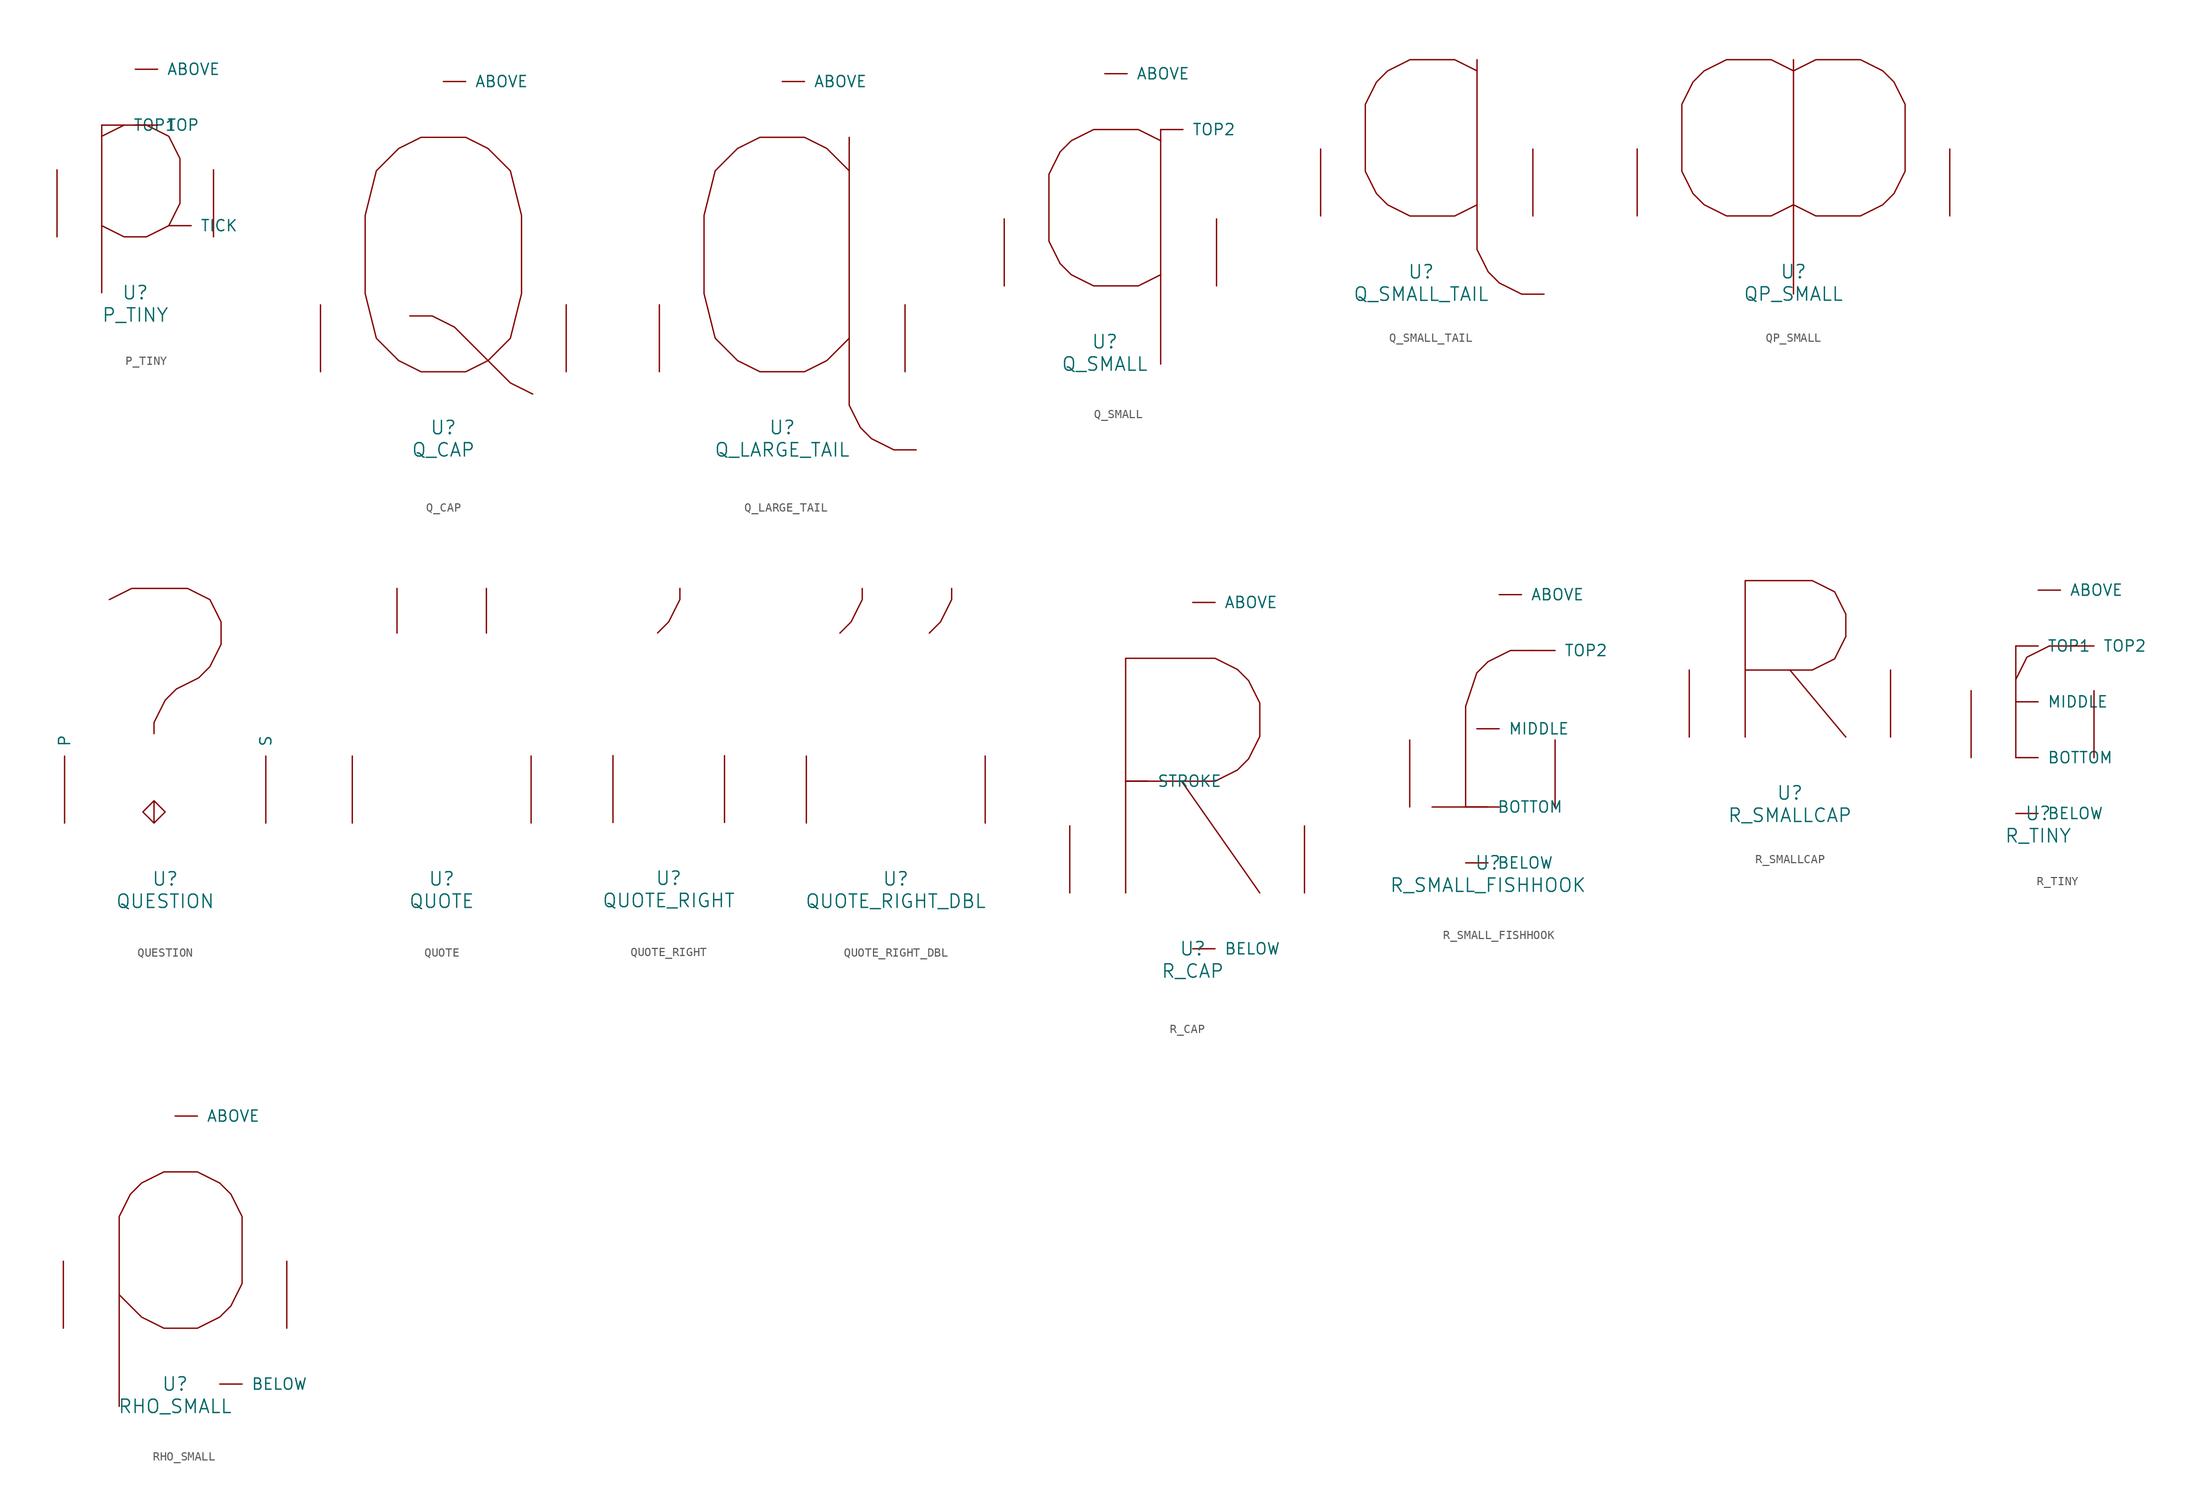
<source format=kicad_sym>
(kicad_symbol_lib
  (version 20220914)
  (generator font_lib2sym)
  (symbol "P_TINY"
    (pin_names
      (offset 1.016))
    (property "Reference" "U"
      (at 0 -6.35 0)
      (effects (font (size 1.524 1.524))))
    (property "Value" "P_TINY"
      (at 0 -8.89 0)
      (effects (font (size 1.524 1.524))))
    (symbol "P_TINY_0_1"
      (polyline (pts (xy -3.81 -6.35) (xy -3.81 12.7)) (stroke (width 0) (type solid)) (fill (type none)))
      (polyline (pts (xy -3.81 11.43) (xy -1.27 12.7) (xy 1.27 12.7) (xy 3.81 11.43) (xy 5.08 8.89) (xy 5.08 3.81) (xy 3.81 1.27) (xy 1.27 0) (xy -1.27 0) (xy -3.81 1.27)) (stroke (width 0) (type solid)) (fill (type none)))
      (pin input line (at 0 19.05 0) (length 2.54) (name "ABOVE" (effects (font (size 1.27 1.27)))) (number "~" (effects (font (size 1.27 1.27)))))
      (pin input line (at 3.81 1.27 0) (length 2.54) (name "TICK" (effects (font (size 1.27 1.27)))) (number "~" (effects (font (size 1.27 1.27)))))
      (pin input line (at 0 12.7 0) (length 2.54) (name "TOP" (effects (font (size 1.27 1.27)))) (number "~" (effects (font (size 1.27 1.27)))))
      (pin input line (at -3.81 12.7 0) (length 2.54) (name "TOP1" (effects (font (size 1.27 1.27)))) (number "~" (effects (font (size 1.27 1.27)))))
      (pin input line (at -8.89 0 90) (length 7.62) (name "~" (effects (font (size 1.27 1.27)))) (number "~" (effects (font (size 1.27 1.27)))))
      (pin input line (at 8.89 0 90) (length 7.62) (name "~" (effects (font (size 1.27 1.27)))) (number "~" (effects (font (size 1.27 1.27)))))))
  (symbol "Q_CAP"
    (pin_names
      (offset 1.016))
    (property "Reference" "U"
      (at 0 -6.35 0)
      (effects (font (size 1.524 1.524))))
    (property "Value" "Q_CAP"
      (at 0 -8.89 0)
      (effects (font (size 1.524 1.524))))
    (symbol "Q_CAP_0_1"
      (polyline (pts (xy 10.16 -2.54) (xy 7.62 -1.27) (xy 5.08 1.27) (xy 1.27 5.08) (xy -1.27 6.35) (xy -3.81 6.35)) (stroke (width 0) (type solid)) (fill (type none)))
      (polyline (pts (xy -2.54 0) (xy -5.08 1.27) (xy -7.62 3.81) (xy -8.89 8.89) (xy -8.89 17.78) (xy -7.62 22.86) (xy -5.08 25.4) (xy -2.54 26.67) (xy 2.54 26.67) (xy 5.08 25.4) (xy 7.62 22.86) (xy 8.89 17.78) (xy 8.89 8.89) (xy 7.62 3.81) (xy 5.08 1.27) (xy 2.54 0) (xy -2.54 0)) (stroke (width 0) (type solid)) (fill (type none)))
      (pin input line (at 0 33.02 0) (length 2.54) (name "ABOVE" (effects (font (size 1.27 1.27)))) (number "~" (effects (font (size 1.27 1.27)))))
      (pin input line (at -13.97 0 90) (length 7.62) (name "~" (effects (font (size 1.27 1.27)))) (number "~" (effects (font (size 1.27 1.27)))))
      (pin input line (at 13.97 0 90) (length 7.62) (name "~" (effects (font (size 1.27 1.27)))) (number "~" (effects (font (size 1.27 1.27)))))))
  (symbol "Q_LARGE_TAIL"
    (pin_names
      (offset 1.016))
    (property "Reference" "U"
      (at 0 -6.35 0)
      (effects (font (size 1.524 1.524))))
    (property "Value" "Q_LARGE_TAIL"
      (at 0 -8.89 0)
      (effects (font (size 1.524 1.524))))
    (symbol "Q_LARGE_TAIL_0_1"
      (polyline (pts (xy 7.62 26.67) (xy 7.62 -3.81) (xy 8.89 -6.35) (xy 10.16 -7.62) (xy 12.7 -8.89) (xy 15.24 -8.89)) (stroke (width 0) (type solid)) (fill (type none)))
      (polyline (pts (xy 7.62 22.86) (xy 5.08 25.4) (xy 2.54 26.67) (xy -2.54 26.67) (xy -5.08 25.4) (xy -7.62 22.86) (xy -8.89 17.78) (xy -8.89 8.89) (xy -7.62 3.81) (xy -5.08 1.27) (xy -2.54 0) (xy 2.54 0) (xy 5.08 1.27) (xy 7.62 3.81)) (stroke (width 0) (type solid)) (fill (type none)))
      (pin input line (at 0 33.02 0) (length 2.54) (name "ABOVE" (effects (font (size 1.27 1.27)))) (number "~" (effects (font (size 1.27 1.27)))))
      (pin input line (at -13.97 0 90) (length 7.62) (name "~" (effects (font (size 1.27 1.27)))) (number "~" (effects (font (size 1.27 1.27)))))
      (pin input line (at 13.97 0 90) (length 7.62) (name "~" (effects (font (size 1.27 1.27)))) (number "~" (effects (font (size 1.27 1.27)))))))
  (symbol "Q_SMALL"
    (pin_names
      (offset 1.016))
    (property "Reference" "U"
      (at 0 -6.35 0)
      (effects (font (size 1.524 1.524))))
    (property "Value" "Q_SMALL"
      (at 0 -8.89 0)
      (effects (font (size 1.524 1.524))))
    (symbol "Q_SMALL_0_1"
      (polyline (pts (xy 6.35 17.78) (xy 6.35 -8.89)) (stroke (width 0) (type solid)) (fill (type none)))
      (polyline (pts (xy 6.35 1.27) (xy 3.81 0) (xy -1.27 0) (xy -3.81 1.27) (xy -5.08 2.54) (xy -6.35 5.08) (xy -6.35 12.7) (xy -5.08 15.24) (xy -3.81 16.51) (xy -1.27 17.78) (xy 3.81 17.78) (xy 6.35 16.51)) (stroke (width 0) (type solid)) (fill (type none)))
      (pin input line (at 0 24.13 0) (length 2.54) (name "ABOVE" (effects (font (size 1.27 1.27)))) (number "~" (effects (font (size 1.27 1.27)))))
      (pin input line (at 6.35 17.78 0) (length 2.54) (name "TOP2" (effects (font (size 1.27 1.27)))) (number "~" (effects (font (size 1.27 1.27)))))
      (pin input line (at -11.43 0 90) (length 7.62) (name "~" (effects (font (size 1.27 1.27)))) (number "~" (effects (font (size 1.27 1.27)))))
      (pin input line (at 12.7 0 90) (length 7.62) (name "~" (effects (font (size 1.27 1.27)))) (number "~" (effects (font (size 1.27 1.27)))))))
  (symbol "Q_SMALL_TAIL"
    (pin_names
      (offset 1.016))
    (property "Reference" "U"
      (at 0 -6.35 0)
      (effects (font (size 1.524 1.524))))
    (property "Value" "Q_SMALL_TAIL"
      (at 0 -8.89 0)
      (effects (font (size 1.524 1.524))))
    (symbol "Q_SMALL_TAIL_0_1"
      (polyline (pts (xy 6.35 17.78) (xy 6.35 -3.81) (xy 7.62 -6.35) (xy 8.89 -7.62) (xy 11.43 -8.89) (xy 13.97 -8.89)) (stroke (width 0) (type solid)) (fill (type none)))
      (polyline (pts (xy 6.35 1.27) (xy 3.81 0) (xy -1.27 0) (xy -3.81 1.27) (xy -5.08 2.54) (xy -6.35 5.08) (xy -6.35 12.7) (xy -5.08 15.24) (xy -3.81 16.51) (xy -1.27 17.78) (xy 3.81 17.78) (xy 6.35 16.51)) (stroke (width 0) (type solid)) (fill (type none)))
      (pin input line (at -11.43 0 90) (length 7.62) (name "~" (effects (font (size 1.27 1.27)))) (number "~" (effects (font (size 1.27 1.27)))))
      (pin input line (at 12.7 0 90) (length 7.62) (name "~" (effects (font (size 1.27 1.27)))) (number "~" (effects (font (size 1.27 1.27)))))))
  (symbol "QP_SMALL"
    (pin_names
      (offset 1.016))
    (property "Reference" "U"
      (at 0 -6.35 0)
      (effects (font (size 1.524 1.524))))
    (property "Value" "QP_SMALL"
      (at 0 -8.89 0)
      (effects (font (size 1.524 1.524))))
    (symbol "QP_SMALL_0_1"
      (polyline (pts (xy 0 17.78) (xy 0 -8.89)) (stroke (width 0) (type solid)) (fill (type none)))
      (polyline (pts (xy 0 1.27) (xy -2.54 0) (xy -7.62 0) (xy -10.16 1.27) (xy -11.43 2.54) (xy -12.7 5.08) (xy -12.7 12.7) (xy -11.43 15.24) (xy -10.16 16.51) (xy -7.62 17.78) (xy -2.54 17.78) (xy 0 16.51)) (stroke (width 0) (type solid)) (fill (type none)))
      (polyline (pts (xy 0 16.51) (xy 2.54 17.78) (xy 7.62 17.78) (xy 10.16 16.51) (xy 11.43 15.24) (xy 12.7 12.7) (xy 12.7 5.08) (xy 11.43 2.54) (xy 10.16 1.27) (xy 7.62 0) (xy 2.54 0) (xy 0 1.27)) (stroke (width 0) (type solid)) (fill (type none)))
      (pin input line (at -17.78 0 90) (length 7.62) (name "~" (effects (font (size 1.27 1.27)))) (number "~" (effects (font (size 1.27 1.27)))))
      (pin input line (at 17.78 0 90) (length 7.62) (name "~" (effects (font (size 1.27 1.27)))) (number "~" (effects (font (size 1.27 1.27)))))))
  (symbol "QUESTION"
    (pin_names
      (offset 1.016))
    (property "Reference" "U"
      (at 0 -6.35 0)
      (effects (font (size 1.524 1.524))))
    (property "Value" "QUESTION"
      (at 0 -8.89 0)
      (effects (font (size 1.524 1.524))))
    (symbol "QUESTION_0_1"
      (polyline (pts (xy -1.27 2.54) (xy 0 1.27) (xy -1.27 0) (xy -2.54 1.27) (xy -1.27 2.54) (xy -1.27 0)) (stroke (width 0) (type solid)) (fill (type none)))
      (polyline (pts (xy -6.35 25.4) (xy -3.81 26.67) (xy 2.54 26.67) (xy 5.08 25.4) (xy 6.35 22.86) (xy 6.35 20.32) (xy 5.08 17.78) (xy 3.81 16.51) (xy 1.27 15.24) (xy 0 13.97) (xy -1.27 11.43) (xy -1.27 10.16)) (stroke (width 0) (type solid)) (fill (type none)))
      (pin input line (at -11.43 0 90) (length 7.62) (name "P" (effects (font (size 1.27 1.27)))) (number "~" (effects (font (size 1.27 1.27)))))
      (pin input line (at 11.43 0 90) (length 7.62) (name "S" (effects (font (size 1.27 1.27)))) (number "~" (effects (font (size 1.27 1.27)))))))
  (symbol "QUOTE"
    (pin_names
      (offset 1.016))
    (property "Reference" "U"
      (at 0 -6.35 0)
      (effects (font (size 1.524 1.524))))
    (property "Value" "QUOTE"
      (at 0 -8.89 0)
      (effects (font (size 1.524 1.524))))
    (symbol "QUOTE_0_1"
      (polyline (pts (xy -5.08 26.67) (xy -5.08 21.59)) (stroke (width 0) (type solid)) (fill (type none)))
      (polyline (pts (xy 5.08 26.67) (xy 5.08 21.59)) (stroke (width 0) (type solid)) (fill (type none)))
      (pin input line (at -10.16 0 90) (length 7.62) (name "~" (effects (font (size 1.27 1.27)))) (number "~" (effects (font (size 1.27 1.27)))))
      (pin input line (at 10.16 0 90) (length 7.62) (name "~" (effects (font (size 1.27 1.27)))) (number "~" (effects (font (size 1.27 1.27)))))))
  (symbol "QUOTE_RIGHT"
    (pin_names
      (offset 1.016))
    (property "Reference" "U"
      (at 0 -6.35 0)
      (effects (font (size 1.524 1.524))))
    (property "Value" "QUOTE_RIGHT"
      (at 0 -8.89 0)
      (effects (font (size 1.524 1.524))))
    (symbol "QUOTE_RIGHT_0_1"
      (polyline (pts (xy 1.27 26.67) (xy 1.27 25.4) (xy 0 22.86) (xy -1.27 21.59)) (stroke (width 0) (type solid)) (fill (type none)))
      (pin input line (at -6.35 0 90) (length 7.62) (name "~" (effects (font (size 1.27 1.27)))) (number "~" (effects (font (size 1.27 1.27)))))
      (pin input line (at 6.35 0 90) (length 7.62) (name "~" (effects (font (size 1.27 1.27)))) (number "~" (effects (font (size 1.27 1.27)))))))
  (symbol "QUOTE_RIGHT_DBL"
    (pin_names
      (offset 1.016))
    (property "Reference" "U"
      (at 0 -6.35 0)
      (effects (font (size 1.524 1.524))))
    (property "Value" "QUOTE_RIGHT_DBL"
      (at 0 -8.89 0)
      (effects (font (size 1.524 1.524))))
    (symbol "QUOTE_RIGHT_DBL_0_1"
      (polyline (pts (xy -3.81 26.67) (xy -3.81 25.4) (xy -5.08 22.86) (xy -6.35 21.59)) (stroke (width 0) (type solid)) (fill (type none)))
      (polyline (pts (xy 6.35 26.67) (xy 6.35 25.4) (xy 5.08 22.86) (xy 3.81 21.59)) (stroke (width 0) (type solid)) (fill (type none)))
      (pin input line (at -10.16 0 90) (length 7.62) (name "~" (effects (font (size 1.27 1.27)))) (number "~" (effects (font (size 1.27 1.27)))))
      (pin input line (at 10.16 0 90) (length 7.62) (name "~" (effects (font (size 1.27 1.27)))) (number "~" (effects (font (size 1.27 1.27)))))))
  (symbol "R_CAP"
    (pin_names
      (offset 1.016))
    (property "Reference" "U"
      (at 0 -6.35 0)
      (effects (font (size 1.524 1.524))))
    (property "Value" "R_CAP"
      (at 0 -8.89 0)
      (effects (font (size 1.524 1.524))))
    (symbol "R_CAP_0_1"
      (polyline (pts (xy 7.62 0) (xy -1.27 12.7)) (stroke (width 0) (type solid)) (fill (type none)))
      (polyline (pts (xy -7.62 0) (xy -7.62 26.67) (xy 2.54 26.67) (xy 5.08 25.4) (xy 6.35 24.13) (xy 7.62 21.59) (xy 7.62 17.78) (xy 6.35 15.24) (xy 5.08 13.97) (xy 2.54 12.7) (xy -7.62 12.7)) (stroke (width 0) (type solid)) (fill (type none)))
      (pin input line (at 0 33.02 0) (length 2.54) (name "ABOVE" (effects (font (size 1.27 1.27)))) (number "~" (effects (font (size 1.27 1.27)))))
      (pin input line (at 0 -6.35 0) (length 2.54) (name "BELOW" (effects (font (size 1.27 1.27)))) (number "~" (effects (font (size 1.27 1.27)))))
      (pin input line (at -7.62 12.7 0) (length 2.54) (name "STROKE" (effects (font (size 1.27 1.27)))) (number "~" (effects (font (size 1.27 1.27)))))
      (pin input line (at -13.97 0 90) (length 7.62) (name "~" (effects (font (size 1.27 1.27)))) (number "~" (effects (font (size 1.27 1.27)))))
      (pin input line (at 12.7 0 90) (length 7.62) (name "~" (effects (font (size 1.27 1.27)))) (number "~" (effects (font (size 1.27 1.27)))))))
  (symbol "R_SMALL_FISHHOOK"
    (pin_names
      (offset 1.016))
    (property "Reference" "U"
      (at 0 -6.35 0)
      (effects (font (size 1.524 1.524))))
    (property "Value" "R_SMALL_FISHHOOK"
      (at 0 -8.89 0)
      (effects (font (size 1.524 1.524))))
    (symbol "R_SMALL_FISHHOOK_0_1"
      (polyline (pts (xy -6.35 0) (xy 1.27 0)) (stroke (width 0) (type solid)) (fill (type none)))
      (polyline (pts (xy 5.08 17.78) (xy 2.54 17.78) (xy 0 16.51) (xy -1.27 15.24) (xy -2.54 11.43) (xy -2.54 0)) (stroke (width 0) (type solid)) (fill (type none)))
      (pin input line (at 1.27 24.13 0) (length 2.54) (name "ABOVE" (effects (font (size 1.27 1.27)))) (number "~" (effects (font (size 1.27 1.27)))))
      (pin input line (at -2.54 -6.35 0) (length 2.54) (name "BELOW" (effects (font (size 1.27 1.27)))) (number "~" (effects (font (size 1.27 1.27)))))
      (pin input line (at -2.54 0 0) (length 2.54) (name "BOTTOM" (effects (font (size 1.27 1.27)))) (number "~" (effects (font (size 1.27 1.27)))))
      (pin input line (at -1.27 8.89 0) (length 2.54) (name "MIDDLE" (effects (font (size 1.27 1.27)))) (number "~" (effects (font (size 1.27 1.27)))))
      (pin input line (at 5.08 17.78 0) (length 2.54) (name "TOP2" (effects (font (size 1.27 1.27)))) (number "~" (effects (font (size 1.27 1.27)))))
      (pin input line (at -8.89 0 90) (length 7.62) (name "~" (effects (font (size 1.27 1.27)))) (number "~" (effects (font (size 1.27 1.27)))))
      (pin input line (at 7.62 0 90) (length 7.62) (name "~" (effects (font (size 1.27 1.27)))) (number "~" (effects (font (size 1.27 1.27)))))))
  (symbol "R_SMALLCAP"
    (pin_names
      (offset 1.016))
    (property "Reference" "U"
      (at 0 -6.35 0)
      (effects (font (size 1.524 1.524))))
    (property "Value" "R_SMALLCAP"
      (at 0 -8.89 0)
      (effects (font (size 1.524 1.524))))
    (symbol "R_SMALLCAP_0_1"
      (polyline (pts (xy 0 7.62) (xy 6.35 0)) (stroke (width 0) (type solid)) (fill (type none)))
      (polyline (pts (xy -5.08 0) (xy -5.08 17.78) (xy 2.54 17.78) (xy 5.08 16.51) (xy 6.35 13.97) (xy 6.35 11.43) (xy 5.08 8.89) (xy 2.54 7.62) (xy -5.08 7.62)) (stroke (width 0) (type solid)) (fill (type none)))
      (pin input line (at -11.43 0 90) (length 7.62) (name "~" (effects (font (size 1.27 1.27)))) (number "~" (effects (font (size 1.27 1.27)))))
      (pin input line (at 11.43 0 90) (length 7.62) (name "~" (effects (font (size 1.27 1.27)))) (number "~" (effects (font (size 1.27 1.27)))))))
  (symbol "R_TINY"
    (pin_names
      (offset 1.016))
    (property "Reference" "U"
      (at 0 -6.35 0)
      (effects (font (size 1.524 1.524))))
    (property "Value" "R_TINY"
      (at 0 -8.89 0)
      (effects (font (size 1.524 1.524))))
    (symbol "R_TINY_0_1"
      (polyline (pts (xy -2.54 12.7) (xy -2.54 0)) (stroke (width 0) (type solid)) (fill (type none)))
      (polyline (pts (xy -2.54 8.89) (xy -1.27 11.43) (xy 1.27 12.7) (xy 3.81 12.7)) (stroke (width 0) (type solid)) (fill (type none)))
      (pin input line (at 0 19.05 0) (length 2.54) (name "ABOVE" (effects (font (size 1.27 1.27)))) (number "~" (effects (font (size 1.27 1.27)))))
      (pin input line (at -2.54 -6.35 0) (length 2.54) (name "BELOW" (effects (font (size 1.27 1.27)))) (number "~" (effects (font (size 1.27 1.27)))))
      (pin input line (at -2.54 0 0) (length 2.54) (name "BOTTOM" (effects (font (size 1.27 1.27)))) (number "~" (effects (font (size 1.27 1.27)))))
      (pin input line (at -2.54 6.35 0) (length 2.54) (name "MIDDLE" (effects (font (size 1.27 1.27)))) (number "~" (effects (font (size 1.27 1.27)))))
      (pin input line (at -2.54 12.7 0) (length 2.54) (name "TOP1" (effects (font (size 1.27 1.27)))) (number "~" (effects (font (size 1.27 1.27)))))
      (pin input line (at 3.81 12.7 0) (length 2.54) (name "TOP2" (effects (font (size 1.27 1.27)))) (number "~" (effects (font (size 1.27 1.27)))))
      (pin input line (at -7.62 0 90) (length 7.62) (name "~" (effects (font (size 1.27 1.27)))) (number "~" (effects (font (size 1.27 1.27)))))
      (pin input line (at 6.35 0 90) (length 7.62) (name "~" (effects (font (size 1.27 1.27)))) (number "~" (effects (font (size 1.27 1.27)))))))
  (symbol "RHO_SMALL"
    (pin_names
      (offset 1.016))
    (property "Reference" "U"
      (at 0 -6.35 0)
      (effects (font (size 1.524 1.524))))
    (property "Value" "RHO_SMALL"
      (at 0 -8.89 0)
      (effects (font (size 1.524 1.524))))
    (symbol "RHO_SMALL_0_1"
      (polyline (pts (xy -6.35 -8.89) (xy -6.35 12.7) (xy -5.08 15.24) (xy -3.81 16.51) (xy -1.27 17.78) (xy 2.54 17.78) (xy 5.08 16.51) (xy 6.35 15.24) (xy 7.62 12.7) (xy 7.62 5.08) (xy 6.35 2.54) (xy 5.08 1.27) (xy 2.54 0) (xy -1.27 0) (xy -3.81 1.27) (xy -6.35 3.81)) (stroke (width 0) (type solid)) (fill (type none)))
      (pin input line (at 0 24.13 0) (length 2.54) (name "ABOVE" (effects (font (size 1.27 1.27)))) (number "~" (effects (font (size 1.27 1.27)))))
      (pin input line (at 5.08 -6.35 0) (length 2.54) (name "BELOW" (effects (font (size 1.27 1.27)))) (number "~" (effects (font (size 1.27 1.27)))))
      (pin input line (at -12.7 0 90) (length 7.62) (name "~" (effects (font (size 1.27 1.27)))) (number "~" (effects (font (size 1.27 1.27)))))
      (pin input line (at 12.7 0 90) (length 7.62) (name "~" (effects (font (size 1.27 1.27)))) (number "~" (effects (font (size 1.27 1.27))))))))
</source>
